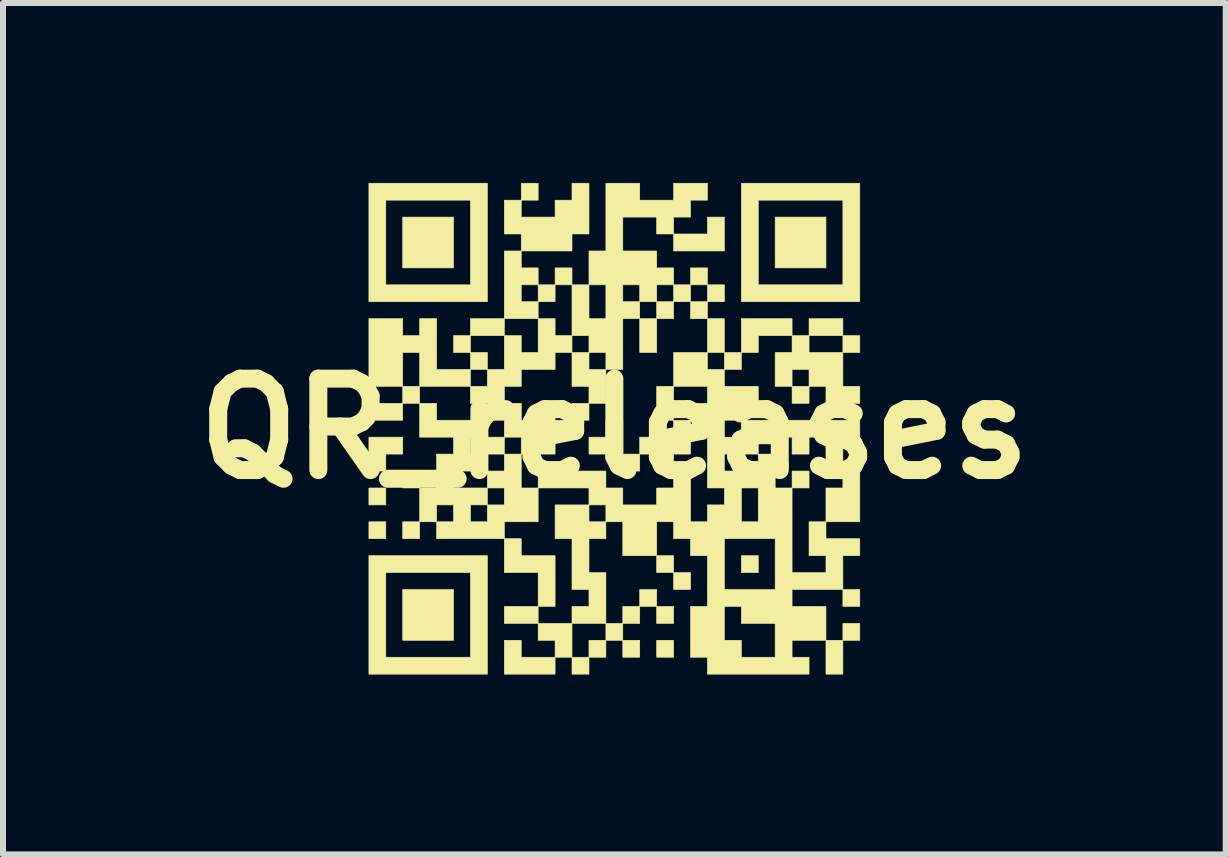
<source format=kicad_pcb>
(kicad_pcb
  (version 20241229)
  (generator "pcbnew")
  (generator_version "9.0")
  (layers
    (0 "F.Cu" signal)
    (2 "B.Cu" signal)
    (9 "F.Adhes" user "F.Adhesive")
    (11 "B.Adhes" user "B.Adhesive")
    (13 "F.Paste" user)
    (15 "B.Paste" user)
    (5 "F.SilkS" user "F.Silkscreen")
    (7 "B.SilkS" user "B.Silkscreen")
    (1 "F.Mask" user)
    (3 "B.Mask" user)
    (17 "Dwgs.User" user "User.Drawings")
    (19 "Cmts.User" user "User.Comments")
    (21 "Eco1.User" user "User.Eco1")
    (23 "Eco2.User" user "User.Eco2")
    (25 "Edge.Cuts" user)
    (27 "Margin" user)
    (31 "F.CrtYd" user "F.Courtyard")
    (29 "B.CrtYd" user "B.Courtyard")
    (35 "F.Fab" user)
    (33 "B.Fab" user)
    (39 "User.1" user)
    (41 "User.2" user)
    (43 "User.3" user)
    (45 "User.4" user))
  (footprint "QR_releases"
    (layer "F.Cu")
    (at 7.192 4.097)
    (property "Reference" "QR_releases" (at 0 0 0) (layer "F.SilkS") (effects (font (size 1.524 1.524) (thickness 0.3))))
    (attr through_hole)
    (fp_poly (pts (xy -3.81 1.27) (xy -4.092 1.27) (xy -4.092 0.988) (xy -3.81 0.988) (xy -3.81 1.27)) (stroke (width 0.01) (type solid)) (fill yes) (layer "F.SilkS"))
    (fp_poly (pts (xy -3.81 1.834) (xy -4.092 1.834) (xy -4.092 1.552) (xy -3.81 1.552) (xy -3.81 1.834)) (stroke (width 0.01) (type solid)) (fill yes) (layer "F.SilkS"))
    (fp_poly (pts (xy -3.528 -0.706) (xy -3.246 -0.706) (xy -3.246 -0.423) (xy -3.528 -0.423) (xy -3.528 -0.706)) (stroke (width 0.01) (type solid)) (fill yes) (layer "F.SilkS"))
    (fp_poly (pts (xy -3.528 -0.141) (xy -4.092 -0.141) (xy -4.092 -0.423) (xy -3.528 -0.423) (xy -3.528 -0.141)) (stroke (width 0.01) (type solid)) (fill yes) (layer "F.SilkS"))
    (fp_poly (pts (xy -3.528 0.988) (xy -3.528 0.706) (xy -3.246 0.706) (xy -3.246 0.988) (xy -3.528 0.988)) (stroke (width 0.01) (type solid)) (fill yes) (layer "F.SilkS"))
    (fp_poly (pts (xy -3.246 1.834) (xy -3.528 1.834) (xy -3.528 1.552) (xy -3.246 1.552) (xy -3.246 1.834)) (stroke (width 0.01) (type solid)) (fill yes) (layer "F.SilkS"))
    (fp_poly (pts (xy -2.681 -2.681) (xy -3.528 -2.681) (xy -3.528 -3.528) (xy -2.681 -3.528) (xy -2.681 -2.681)) (stroke (width 0.01) (type solid)) (fill yes) (layer "F.SilkS"))
    (fp_poly (pts (xy -2.681 -1.27) (xy -2.681 -1.552) (xy -2.399 -1.552) (xy -2.399 -1.27) (xy -2.681 -1.27)) (stroke (width 0.01) (type solid)) (fill yes) (layer "F.SilkS"))
    (fp_poly (pts (xy -2.681 3.528) (xy -3.528 3.528) (xy -3.528 2.681) (xy -2.681 2.681) (xy -2.681 3.528)) (stroke (width 0.01) (type solid)) (fill yes) (layer "F.SilkS"))
    (fp_poly (pts (xy -2.399 -1.834) (xy -1.834 -1.834) (xy -1.834 -1.552) (xy -2.399 -1.552) (xy -2.399 -1.834)) (stroke (width 0.01) (type solid)) (fill yes) (layer "F.SilkS"))
    (fp_poly (pts (xy -2.399 -1.27) (xy -2.117 -1.27) (xy -2.117 -0.988) (xy -2.399 -0.988) (xy -2.399 -1.27)) (stroke (width 0.01) (type solid)) (fill yes) (layer "F.SilkS"))
    (fp_poly (pts (xy -1.834 0.423) (xy -2.117 0.423) (xy -2.117 0.141) (xy -1.834 0.141) (xy -1.834 0.423)) (stroke (width 0.01) (type solid)) (fill yes) (layer "F.SilkS"))
    (fp_poly (pts (xy -1.552 -4.092) (xy -1.27 -4.092) (xy -1.27 -3.81) (xy -1.552 -3.81) (xy -1.552 -4.092)) (stroke (width 0.01) (type solid)) (fill yes) (layer "F.SilkS"))
    (fp_poly (pts (xy -0.988 -2.399) (xy -0.988 -2.681) (xy -0.706 -2.681) (xy -0.706 -2.399) (xy -0.988 -2.399)) (stroke (width 0.01) (type solid)) (fill yes) (layer "F.SilkS"))
    (fp_poly (pts (xy -0.423 -0.141) (xy -0.706 -0.141) (xy -0.706 -0.423) (xy -0.423 -0.423) (xy -0.423 -0.141)) (stroke (width 0.01) (type solid)) (fill yes) (layer "F.SilkS"))
    (fp_poly (pts (xy 0.423 0.423) (xy 0.423 0.706) (xy 0.141 0.706) (xy 0.141 0.423) (xy 0.423 0.423)) (stroke (width 0.01) (type solid)) (fill yes) (layer "F.SilkS"))
    (fp_poly (pts (xy 0.423 2.681) (xy 0.706 2.681) (xy 0.706 2.963) (xy 0.423 2.963) (xy 0.423 2.681)) (stroke (width 0.01) (type solid)) (fill yes) (layer "F.SilkS"))
    (fp_poly (pts (xy 0.423 3.246) (xy 0.141 3.246) (xy 0.141 2.963) (xy 0.423 2.963) (xy 0.423 3.246)) (stroke (width 0.01) (type solid)) (fill yes) (layer "F.SilkS"))
    (fp_poly (pts (xy 0.423 3.81) (xy 0.141 3.81) (xy 0.141 3.528) (xy 0.423 3.528) (xy 0.423 3.81)) (stroke (width 0.01) (type solid)) (fill yes) (layer "F.SilkS"))
    (fp_poly (pts (xy 0.706 -2.117) (xy 0.988 -2.117) (xy 0.988 -1.834) (xy 0.706 -1.834) (xy 0.706 -2.117)) (stroke (width 0.01) (type solid)) (fill yes) (layer "F.SilkS"))
    (fp_poly (pts (xy 0.706 -1.27) (xy 0.423 -1.27) (xy 0.423 -1.834) (xy 0.706 -1.834) (xy 0.706 -1.27)) (stroke (width 0.01) (type solid)) (fill yes) (layer "F.SilkS"))
    (fp_poly (pts (xy 0.706 -0.141) (xy 0.706 -0.706) (xy 0.988 -0.706) (xy 0.988 -0.141) (xy 0.706 -0.141)) (stroke (width 0.01) (type solid)) (fill yes) (layer "F.SilkS"))
    (fp_poly (pts (xy 0.706 2.399) (xy 0.706 2.117) (xy 0.988 2.117) (xy 0.988 2.399) (xy 0.706 2.399)) (stroke (width 0.01) (type solid)) (fill yes) (layer "F.SilkS"))
    (fp_poly (pts (xy 0.988 3.246) (xy 0.706 3.246) (xy 0.706 2.963) (xy 0.988 2.963) (xy 0.988 3.246)) (stroke (width 0.01) (type solid)) (fill yes) (layer "F.SilkS"))
    (fp_poly (pts (xy 0.988 3.81) (xy 0.706 3.81) (xy 0.706 3.528) (xy 0.988 3.528) (xy 0.988 3.81)) (stroke (width 0.01) (type solid)) (fill yes) (layer "F.SilkS"))
    (fp_poly (pts (xy 1.27 -2.681) (xy 1.552 -2.681) (xy 1.552 -2.399) (xy 1.27 -2.399) (xy 1.27 -2.681)) (stroke (width 0.01) (type solid)) (fill yes) (layer "F.SilkS"))
    (fp_poly (pts (xy 1.27 -2.117) (xy 0.988 -2.117) (xy 0.988 -2.399) (xy 1.27 -2.399) (xy 1.27 -2.117)) (stroke (width 0.01) (type solid)) (fill yes) (layer "F.SilkS"))
    (fp_poly (pts (xy 1.27 -1.834) (xy 1.27 -2.117) (xy 1.552 -2.117) (xy 1.552 -1.834) (xy 1.27 -1.834)) (stroke (width 0.01) (type solid)) (fill yes) (layer "F.SilkS"))
    (fp_poly (pts (xy 1.27 2.399) (xy 1.27 2.681) (xy 0.988 2.681) (xy 0.988 2.399) (xy 1.27 2.399)) (stroke (width 0.01) (type solid)) (fill yes) (layer "F.SilkS"))
    (fp_poly (pts (xy 1.552 -2.399) (xy 1.834 -2.399) (xy 1.834 -2.117) (xy 1.552 -2.117) (xy 1.552 -2.399)) (stroke (width 0.01) (type solid)) (fill yes) (layer "F.SilkS"))
    (fp_poly (pts (xy 2.399 2.399) (xy 2.117 2.399) (xy 2.117 2.117) (xy 2.399 2.117) (xy 2.399 2.399)) (stroke (width 0.01) (type solid)) (fill yes) (layer "F.SilkS"))
    (fp_poly (pts (xy 3.246 -1.834) (xy 3.81 -1.834) (xy 3.81 -1.552) (xy 3.246 -1.552) (xy 3.246 -1.834)) (stroke (width 0.01) (type solid)) (fill yes) (layer "F.SilkS"))
    (fp_poly (pts (xy 3.246 0.988) (xy 2.963 0.988) (xy 2.963 0.706) (xy 3.246 0.706) (xy 3.246 0.988)) (stroke (width 0.01) (type solid)) (fill yes) (layer "F.SilkS"))
    (fp_poly (pts (xy 3.528 -2.681) (xy 2.681 -2.681) (xy 2.681 -3.528) (xy 3.528 -3.528) (xy 3.528 -2.681)) (stroke (width 0.01) (type solid)) (fill yes) (layer "F.SilkS"))
    (fp_poly (pts (xy 3.81 -1.552) (xy 4.092 -1.552) (xy 4.092 -1.27) (xy 3.81 -1.27) (xy 3.81 -1.552)) (stroke (width 0.01) (type solid)) (fill yes) (layer "F.SilkS"))
    (fp_poly (pts (xy 3.81 3.246) (xy 4.092 3.246) (xy 4.092 3.528) (xy 3.81 3.528) (xy 3.81 3.246)) (stroke (width 0.01) (type solid)) (fill yes) (layer "F.SilkS"))
    (fp_poly (pts (xy 3.81 4.092) (xy 3.528 4.092) (xy 3.528 3.528) (xy 3.81 3.528) (xy 3.81 4.092)) (stroke (width 0.01) (type solid)) (fill yes) (layer "F.SilkS"))
    (fp_poly (pts (xy 4.092 2.963) (xy 3.81 2.963) (xy 3.81 2.681) (xy 4.092 2.681) (xy 4.092 2.963)) (stroke (width 0.01) (type solid)) (fill yes) (layer "F.SilkS"))
    (fp_poly (pts (xy -3.528 0.423) (xy -3.81 0.423) (xy -3.81 0.706) (xy -4.092 0.706) (xy -4.092 0.141) (xy -3.528 0.141) (xy -3.528 0.423)) (stroke (width 0.01) (type solid)) (fill yes) (layer "F.SilkS"))
    (fp_poly (pts (xy -0.988 4.092) (xy -1.834 4.092) (xy -1.834 3.528) (xy -1.552 3.528) (xy -1.552 3.81) (xy -0.988 3.81) (xy -0.988 4.092)) (stroke (width 0.01) (type solid)) (fill yes) (layer "F.SilkS"))
    (fp_poly (pts (xy -0.423 0.423) (xy -0.423 0.141) (xy -0.141 0.141) (xy -0.141 -0.141) (xy 0.141 -0.141) (xy 0.141 0.423) (xy -0.423 0.423)) (stroke (width 0.01) (type solid)) (fill yes) (layer "F.SilkS"))
    (fp_poly (pts (xy 1.552 -3.246) (xy 1.552 -3.528) (xy 1.834 -3.528) (xy 1.834 -2.963) (xy 0.988 -2.963) (xy 0.988 -3.246) (xy 1.552 -3.246)) (stroke (width 0.01) (type solid)) (fill yes) (layer "F.SilkS"))
    (fp_poly (pts (xy 2.399 -1.552) (xy 2.399 -1.27) (xy 2.117 -1.27) (xy 2.117 -1.834) (xy 2.963 -1.834) (xy 2.963 -1.552) (xy 2.399 -1.552)) (stroke (width 0.01) (type solid)) (fill yes) (layer "F.SilkS"))
    (fp_poly (pts (xy -0.423 -0.706) (xy -0.706 -0.706) (xy -0.706 -1.27) (xy -0.423 -1.27) (xy -0.423 -0.988) (xy -0.141 -0.988) (xy -0.141 -0.423) (xy -0.423 -0.423) (xy -0.423 -0.706)) (stroke (width 0.01) (type solid)) (fill yes) (layer "F.SilkS"))
    (fp_poly (pts (xy 0.423 0.141) (xy 0.988 0.141) (xy 0.988 -0.141) (xy 1.27 -0.141) (xy 1.27 0.423) (xy 0.988 0.423) (xy 0.988 0.706) (xy 0.706 0.706) (xy 0.706 0.423) (xy 0.423 0.423) (xy 0.423 0.141)) (stroke (width 0.01) (type solid)) (fill yes) (layer "F.SilkS"))
    (fp_poly (pts (xy -2.117 -2.117) (xy -4.092 -2.117) (xy -4.092 -3.81) (xy -3.81 -3.81) (xy -3.81 -2.399) (xy -2.399 -2.399) (xy -2.399 -3.81) (xy -3.81 -3.81) (xy -4.092 -3.81) (xy -4.092 -4.092) (xy -2.117 -4.092) (xy -2.117 -2.117)) (stroke (width 0.01) (type solid)) (fill yes) (layer "F.SilkS"))
    (fp_poly (pts (xy -2.117 4.092) (xy -4.092 4.092) (xy -4.092 2.399) (xy -3.81 2.399) (xy -3.81 3.81) (xy -2.399 3.81) (xy -2.399 2.399) (xy -3.81 2.399) (xy -4.092 2.399) (xy -4.092 2.117) (xy -2.117 2.117) (xy -2.117 4.092)) (stroke (width 0.01) (type solid)) (fill yes) (layer "F.SilkS"))
    (fp_poly (pts (xy 4.092 -2.117) (xy 2.117 -2.117) (xy 2.117 -3.81) (xy 2.399 -3.81) (xy 2.399 -2.399) (xy 3.81 -2.399) (xy 3.81 -3.81) (xy 2.399 -3.81) (xy 2.117 -3.81) (xy 2.117 -4.092) (xy 4.092 -4.092) (xy 4.092 -2.117)) (stroke (width 0.01) (type solid)) (fill yes) (layer "F.SilkS"))
    (fp_poly (pts (xy -4.092 -0.706) (xy -4.092 -1.834) (xy -3.528 -1.834) (xy -3.528 -1.552) (xy -3.246 -1.552) (xy -3.246 -1.834) (xy -2.963 -1.834) (xy -2.963 -0.988) (xy -2.399 -0.988) (xy -2.399 -0.706) (xy -3.246 -0.706) (xy -3.246 -1.27) (xy -3.528 -1.27) (xy -3.528 -0.706) (xy -4.092 -0.706)) (stroke (width 0.01) (type solid)) (fill yes) (layer "F.SilkS"))
    (fp_poly (pts (xy -1.552 -3.246) (xy -1.834 -3.246) (xy -1.834 -3.81) (xy -1.552 -3.81) (xy -1.552 -3.528) (xy -0.988 -3.528) (xy -0.988 -3.81) (xy -0.706 -3.81) (xy -0.706 -4.092) (xy -0.423 -4.092) (xy -0.423 -3.246) (xy -0.706 -3.246) (xy -0.706 -2.963) (xy -1.552 -2.963) (xy -1.552 -3.246)) (stroke (width 0.01) (type solid)) (fill yes) (layer "F.SilkS"))
    (fp_poly (pts (xy -0.988 -2.117) (xy -1.27 -2.117) (xy -1.27 -1.834) (xy -1.834 -1.834) (xy -1.834 -2.399) (xy -1.552 -2.399) (xy -1.552 -2.117) (xy -1.27 -2.117) (xy -1.27 -2.399) (xy -1.552 -2.399) (xy -1.834 -2.399) (xy -1.834 -2.963) (xy -1.552 -2.963) (xy -1.552 -2.681) (xy -1.27 -2.681) (xy -1.27 -2.399) (xy -0.988 -2.399) (xy -0.988 -2.117)) (stroke (width 0.01) (type solid)) (fill yes) (layer "F.SilkS"))
    (fp_poly (pts (xy 3.246 -1.27) (xy 3.81 -1.27) (xy 3.81 -0.706) (xy 4.092 -0.706) (xy 4.092 -0.423) (xy 3.528 -0.423) (xy 3.528 -0.706) (xy 3.246 -0.706) (xy 3.246 -0.423) (xy 2.963 -0.423) (xy 2.963 -0.706) (xy 2.681 -0.706) (xy 2.681 -0.988) (xy 2.963 -0.988) (xy 2.963 -0.706) (xy 3.246 -0.706) (xy 3.246 -0.988) (xy 2.963 -0.988) (xy 2.681 -0.988) (xy 2.681 -1.27) (xy 2.963 -1.27) (xy 2.963 -1.552) (xy 3.246 -1.552) (xy 3.246 -1.27)) (stroke (width 0.01) (type solid)) (fill yes) (layer "F.SilkS"))
    (fp_poly (pts (xy -0.706 0.141) (xy -0.988 0.141) (xy -0.988 0.423) (xy -1.552 0.423) (xy -1.552 0.141) (xy -1.834 0.141) (xy -1.834 -0.141) (xy -2.117 -0.141) (xy -2.117 -0.423) (xy -2.399 -0.423) (xy -2.399 -0.706) (xy -2.117 -0.706) (xy -2.117 -0.988) (xy -1.834 -0.988) (xy -1.834 -1.552) (xy -1.552 -1.552) (xy -1.552 -1.27) (xy -1.27 -1.27) (xy -1.27 -1.834) (xy -0.988 -1.834) (xy -0.988 -1.552) (xy -0.706 -1.552) (xy -0.706 -1.27) (xy -0.988 -1.27) (xy -0.988 -0.988) (xy -1.552 -0.988) (xy -1.552 -0.706) (xy -1.834 -0.706) (xy -1.834 -0.423) (xy -1.552 -0.423) (xy -1.552 -0.141) (xy -1.27 -0.141) (xy -1.27 -0.423) (xy -0.988 -0.423) (xy -0.988 -0.141) (xy -0.706 -0.141) (xy -0.706 0.141)) (stroke (width 0.01) (type solid)) (fill yes) (layer "F.SilkS"))
    (fp_poly (pts (xy 0.706 -3.246) (xy 0.706 -3.528) (xy 0.141 -3.528) (xy 0.141 -2.963) (xy 0.706 -2.963) (xy 0.706 -2.681) (xy 0.988 -2.681) (xy 0.988 -2.399) (xy 0.706 -2.399) (xy 0.706 -2.117) (xy 0.423 -2.117) (xy 0.423 -1.834) (xy 0.141 -1.834) (xy 0.141 -0.988) (xy -0.141 -0.988) (xy -0.141 -1.27) (xy -0.423 -1.27) (xy -0.423 -1.552) (xy -0.706 -1.552) (xy -0.706 -2.399) (xy -0.423 -2.399) (xy -0.423 -1.834) (xy -0.141 -1.834) (xy -0.141 -2.399) (xy 0.141 -2.399) (xy 0.141 -2.117) (xy 0.423 -2.117) (xy 0.423 -2.399) (xy 0.141 -2.399) (xy -0.141 -2.399) (xy -0.423 -2.399) (xy -0.423 -2.963) (xy -0.141 -2.963) (xy -0.141 -4.092) (xy 0.423 -4.092) (xy 0.423 -3.81) (xy 0.988 -3.81) (xy 0.988 -4.092) (xy 1.552 -4.092) (xy 1.552 -3.81) (xy 1.27 -3.81) (xy 1.27 -3.528) (xy 0.988 -3.528) (xy 0.988 -3.246) (xy 0.706 -3.246)) (stroke (width 0.01) (type solid)) (fill yes) (layer "F.SilkS"))
    (fp_poly (pts (xy 2.117 -0.988) (xy 1.834 -0.988) (xy 1.834 -0.706) (xy 2.399 -0.706) (xy 2.399 -0.423) (xy 2.117 -0.423) (xy 2.117 -0.141) (xy 4.092 -0.141) (xy 4.092 0.141) (xy 3.81 0.141) (xy 3.81 0.706) (xy 4.092 0.706) (xy 4.092 1.552) (xy 3.528 1.552) (xy 3.528 1.834) (xy 4.092 1.834) (xy 4.092 2.117) (xy 3.81 2.117) (xy 3.81 2.681) (xy 2.963 2.681) (xy 2.963 2.963) (xy 3.528 2.963) (xy 3.528 3.528) (xy 2.963 3.528) (xy 2.963 3.81) (xy 3.246 3.81) (xy 3.246 4.092) (xy 1.552 4.092) (xy 1.552 3.81) (xy 1.27 3.81) (xy 1.27 2.963) (xy 1.552 2.963) (xy 1.834 2.963) (xy 1.834 3.528) (xy 2.117 3.528) (xy 2.117 3.81) (xy 2.681 3.81) (xy 2.681 3.246) (xy 2.117 3.246) (xy 2.117 2.963) (xy 1.834 2.963) (xy 1.552 2.963) (xy 1.552 2.117) (xy 1.27 2.117) (xy 1.27 1.834) (xy 1.834 1.834) (xy 1.834 2.681) (xy 2.681 2.681) (xy 2.681 1.834) (xy 1.834 1.834) (xy 1.27 1.834) (xy 0.988 1.834) (xy 0.988 1.552) (xy 0.706 1.552) (xy 0.706 2.117) (xy 0.141 2.117) (xy 0.141 1.552) (xy -0.141 1.552) (xy -0.141 1.834) (xy -0.423 1.834) (xy -0.423 2.399) (xy -0.141 2.399) (xy -0.141 3.246) (xy 0.141 3.246) (xy 0.141 3.528) (xy -0.141 3.528) (xy -0.141 3.81) (xy -0.423 3.81) (xy -0.423 4.092) (xy -0.706 4.092) (xy -0.706 3.81) (xy -0.423 3.81) (xy -0.423 3.528) (xy -0.141 3.528) (xy -0.141 3.246) (xy -0.706 3.246) (xy -0.706 3.81) (xy -0.988 3.81) (xy -0.988 3.528) (xy -1.27 3.528) (xy -1.27 3.246) (xy -1.834 3.246) (xy -1.834 2.963) (xy -1.27 2.963) (xy -1.27 2.399) (xy -1.834 2.399) (xy -1.834 1.834) (xy -2.963 1.834) (xy -2.963 1.552) (xy -3.246 1.552) (xy -3.246 1.27) (xy -2.963 1.27) (xy -2.963 1.552) (xy -2.681 1.552) (xy -2.681 1.27) (xy -2.399 1.27) (xy -2.399 1.552) (xy -2.117 1.552) (xy -1.834 1.552) (xy -1.834 1.834) (xy -1.552 1.834) (xy -1.552 2.117) (xy -0.988 2.117) (xy -0.988 2.963) (xy -1.27 2.963) (xy -1.27 3.246) (xy -0.706 3.246) (xy -0.706 2.963) (xy -0.423 2.963) (xy -0.423 2.681) (xy -0.706 2.681) (xy -0.706 1.834) (xy -0.988 1.834) (xy -0.988 1.27) (xy -0.423 1.27) (xy -0.423 1.552) (xy -0.141 1.552) (xy -0.141 1.27) (xy -0.423 1.27) (xy -0.423 0.988) (xy -1.27 0.988) (xy -1.27 1.552) (xy -1.834 1.552) (xy -2.117 1.552) (xy -2.117 1.27) (xy -2.399 1.27) (xy -2.681 1.27) (xy -2.963 1.27) (xy -3.246 1.27) (xy -3.246 0.988) (xy -2.963 0.988) (xy -2.963 0.706) (xy -2.681 0.706) (xy -2.681 0.988) (xy -2.117 0.988) (xy -2.117 1.27) (xy -1.834 1.27) (xy -1.834 0.988) (xy -2.117 0.988) (xy -2.117 0.706) (xy -2.681 0.706) (xy -2.963 0.706) (xy -2.963 0.423) (xy -2.681 0.423) (xy -2.681 0.141) (xy -3.246 0.141) (xy -3.246 -0.423) (xy -2.963 -0.423) (xy -2.963 -0.141) (xy -2.117 -0.141) (xy -2.117 0.141) (xy -2.399 0.141) (xy -2.399 0.423) (xy -2.117 0.423) (xy -2.117 0.706) (xy -1.834 0.706) (xy -1.834 0.423) (xy -1.552 0.423) (xy -1.552 0.988) (xy -1.27 0.988) (xy -1.27 0.706) (xy -0.141 0.706) (xy -0.141 0.988) (xy 0.141 0.988) (xy 0.141 1.27) (xy 0.706 1.27) (xy 0.706 0.988) (xy 0.988 0.988) (xy 0.988 0.706) (xy 1.27 0.706) (xy 1.27 1.552) (xy 1.552 1.552) (xy 1.552 1.27) (xy 1.834 1.27) (xy 1.834 0.988) (xy 2.117 0.988) (xy 2.117 1.552) (xy 2.399 1.552) (xy 2.399 0.988) (xy 2.117 0.988) (xy 1.834 0.988) (xy 1.552 0.988) (xy 1.552 0.423) (xy 1.834 0.423) (xy 1.834 0.706) (xy 2.399 0.706) (xy 2.399 0.423) (xy 1.834 0.423) (xy 1.552 0.423) (xy 1.552 -0.141) (xy 1.834 -0.141) (xy 1.834 0.141) (xy 2.117 0.141) (xy 2.399 0.141) (xy 2.399 0.423) (xy 2.681 0.423) (xy 2.681 0.988) (xy 2.963 0.988) (xy 2.963 2.399) (xy 3.528 2.399) (xy 3.528 2.117) (xy 3.246 2.117) (xy 3.246 1.552) (xy 3.528 1.552) (xy 3.528 0.988) (xy 3.81 0.988) (xy 3.81 0.706) (xy 3.528 0.706) (xy 3.528 0.141) (xy 3.246 0.141) (xy 3.246 0.423) (xy 2.963 0.423) (xy 2.963 0.141) (xy 2.399 0.141) (xy 2.117 0.141) (xy 2.117 -0.141) (xy 1.834 -0.141) (xy 1.552 -0.141) (xy 1.27 -0.141) (xy 1.27 -0.423) (xy 1.552 -0.423) (xy 1.552 -0.706) (xy 0.988 -0.706) (xy 0.988 -1.27) (xy 1.552 -1.27) (xy 1.552 -0.988) (xy 1.834 -0.988) (xy 1.834 -1.27) (xy 1.552 -1.27) (xy 1.552 -1.834) (xy 1.834 -1.834) (xy 1.834 -1.27) (xy 2.117 -1.27) (xy 2.117 -0.988)) (stroke (width 0.01) (type solid)) (fill yes) (layer "F.SilkS")))
  (gr_rect
    (start -3 -3)
    (end 17.384 11.194)
    (stroke (width 0.1) (type default))
    (fill no)
    (layer "Edge.Cuts")))
</source>
